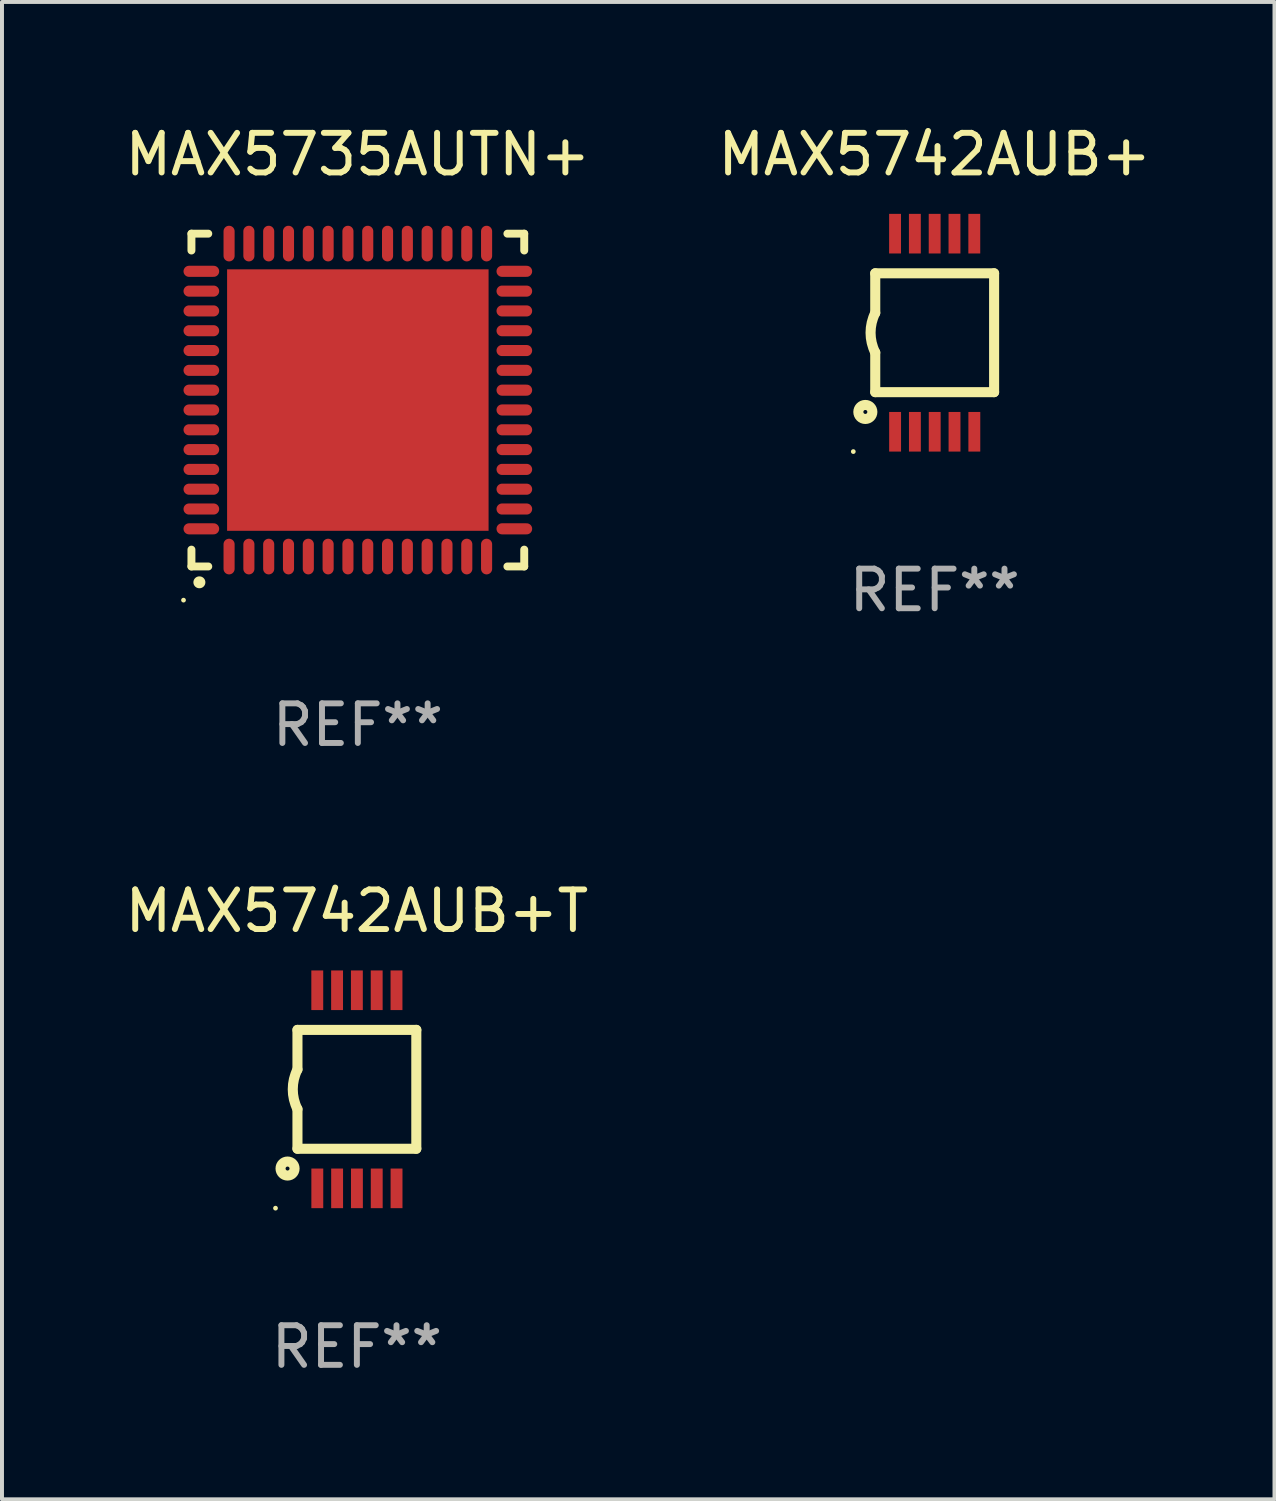
<source format=kicad_pcb>
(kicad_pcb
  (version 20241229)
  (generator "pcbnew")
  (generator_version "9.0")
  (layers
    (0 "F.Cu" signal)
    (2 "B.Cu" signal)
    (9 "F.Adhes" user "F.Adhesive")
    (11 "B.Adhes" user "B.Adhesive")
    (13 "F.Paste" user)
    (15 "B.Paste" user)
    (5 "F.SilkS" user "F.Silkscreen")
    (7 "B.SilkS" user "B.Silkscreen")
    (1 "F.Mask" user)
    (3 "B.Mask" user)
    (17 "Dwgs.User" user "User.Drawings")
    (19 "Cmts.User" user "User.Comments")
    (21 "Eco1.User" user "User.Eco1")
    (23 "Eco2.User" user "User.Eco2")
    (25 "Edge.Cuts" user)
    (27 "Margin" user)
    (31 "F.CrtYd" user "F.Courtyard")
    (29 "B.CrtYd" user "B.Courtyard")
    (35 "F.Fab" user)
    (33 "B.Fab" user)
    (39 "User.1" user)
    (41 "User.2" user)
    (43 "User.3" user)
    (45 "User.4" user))
  (footprint "MAX5742AUB+T"
    (layer "F.Cu")
    (at 5.958 24.445)
    (property "Reference" "MAX5742AUB+T" (at 0 -4.5 0) (layer "F.SilkS") (effects (font (size 1 1) (thickness 0.15))))
    (attr through_hole)
    (fp_line (start -1.5 -1.5) (end -1.5 -0.5) (stroke (width 0.254) (type solid)) (layer "F.SilkS"))
    (fp_line (start -1.5 1.5) (end -1.5 0.5) (stroke (width 0.254) (type solid)) (layer "F.SilkS"))
    (fp_line (start -1.5 1.5) (end 1.5 1.5) (stroke (width 0.254) (type solid)) (layer "F.SilkS"))
    (fp_line (start 1.5 1.5) (end 1.5 -1.5) (stroke (width 0.254) (type solid)) (layer "F.SilkS"))
    (fp_line (start 1.5 -1.5) (end -1.5 -1.5) (stroke (width 0.254) (type solid)) (layer "F.SilkS"))
    (fp_arc (start -1.500165 0.499873) (mid -1.618199 -0.000127) (end -1.500165 -0.500127) (stroke (width 0.254001) (type solid)) (layer "F.SilkS"))
    (fp_circle (center -2.054 3) (end -2.024 3) (stroke (width 0.06) (type solid)) (fill no) (layer "F.SilkS"))
    (fp_circle (center -1.75 2) (end -1.573 2) (stroke (width 0.254) (type solid)) (fill no) (layer "F.SilkS"))
    (fp_text user "REF**" (at 0 6.5 0) (layer "F.Fab") (effects (font (size 1 1) (thickness 0.15))))
    (pad "1" smd rect (at -0.999 2.5 180) (size 0.3 1) (layers "F.Cu" "F.Mask" "F.Paste"))
    (pad "2" smd rect (at -0.499 2.5 180) (size 0.3 1) (layers "F.Cu" "F.Mask" "F.Paste"))
    (pad "3" smd rect (at 0.001 2.5 180) (size 0.3 1) (layers "F.Cu" "F.Mask" "F.Paste"))
    (pad "4" smd rect (at 0.501 2.5 180) (size 0.3 1) (layers "F.Cu" "F.Mask" "F.Paste"))
    (pad "5" smd rect (at 1.001 2.5 180) (size 0.3 1) (layers "F.Cu" "F.Mask" "F.Paste"))
    (pad "6" smd rect (at 1 -2.5 180) (size 0.3 1) (layers "F.Cu" "F.Mask" "F.Paste"))
    (pad "7" smd rect (at 0.5 -2.5 180) (size 0.3 1) (layers "F.Cu" "F.Mask" "F.Paste"))
    (pad "8" smd rect (at -0.000165 -2.5 180) (size 0.3 1) (layers "F.Cu" "F.Mask" "F.Paste"))
    (pad "9" smd rect (at -0.5 -2.5 180) (size 0.3 1) (layers "F.Cu" "F.Mask" "F.Paste"))
    (pad "10" smd rect (at -1 -2.5 180) (size 0.3 1) (layers "F.Cu" "F.Mask" "F.Paste")))
  (footprint "MAX5735AUTN+"
    (layer "F.Cu")
    (at 5.982 7.048)
    (property "Reference" "MAX5735AUTN+" (at 0 -6.2 0) (layer "F.SilkS") (effects (font (size 1 1) (thickness 0.15))))
    (attr through_hole)
    (fp_line (start -4.2 -4.2) (end -4.2 -3.775) (stroke (width 0.2) (type solid)) (layer "F.SilkS"))
    (fp_line (start -4.2 4.2) (end -4.2 3.775) (stroke (width 0.2) (type solid)) (layer "F.SilkS"))
    (fp_line (start -3.775 -4.2) (end -4.2 -4.2) (stroke (width 0.2) (type solid)) (layer "F.SilkS"))
    (fp_line (start -3.775 4.2) (end -4.2 4.2) (stroke (width 0.2) (type solid)) (layer "F.SilkS"))
    (fp_line (start 3.775 4.2) (end 4.2 4.2) (stroke (width 0.2) (type solid)) (layer "F.SilkS"))
    (fp_line (start 4.2 -4.2) (end 3.775 -4.2) (stroke (width 0.2) (type solid)) (layer "F.SilkS"))
    (fp_line (start 4.2 -3.775) (end 4.2 -4.2) (stroke (width 0.2) (type solid)) (layer "F.SilkS"))
    (fp_line (start 4.2 4.2) (end 4.2 3.775) (stroke (width 0.2) (type solid)) (layer "F.SilkS"))
    (fp_arc (start -4.000508 4.599949) (mid -3.999238 4.599944) (end -3.997968 4.599949) (stroke (width 0.3) (type solid)) (layer "F.SilkS"))
    (fp_circle (center -4.4 5.05) (end -4.37 5.05) (stroke (width 0.06) (type solid)) (fill no) (layer "F.SilkS"))
    (fp_text user "REF**" (at 0 8.2 0) (layer "F.Fab") (effects (font (size 1 1) (thickness 0.15))))
    (pad "1" smd oval (at -3.25 3.95 180) (size 0.28 0.9) (layers "F.Cu" "F.Mask" "F.Paste"))
    (pad "2" smd oval (at -2.75 3.95 180) (size 0.28 0.9) (layers "F.Cu" "F.Mask" "F.Paste"))
    (pad "3" smd oval (at -2.25 3.95 180) (size 0.28 0.9) (layers "F.Cu" "F.Mask" "F.Paste"))
    (pad "4" smd oval (at -1.75 3.95 180) (size 0.28 0.9) (layers "F.Cu" "F.Mask" "F.Paste"))
    (pad "5" smd oval (at -1.25 3.95 180) (size 0.28 0.9) (layers "F.Cu" "F.Mask" "F.Paste"))
    (pad "6" smd oval (at -0.75 3.95 180) (size 0.28 0.9) (layers "F.Cu" "F.Mask" "F.Paste"))
    (pad "7" smd oval (at -0.25 3.95 180) (size 0.28 0.9) (layers "F.Cu" "F.Mask" "F.Paste"))
    (pad "8" smd oval (at 0.25 3.95 180) (size 0.28 0.9) (layers "F.Cu" "F.Mask" "F.Paste"))
    (pad "9" smd oval (at 0.75 3.95 180) (size 0.28 0.9) (layers "F.Cu" "F.Mask" "F.Paste"))
    (pad "10" smd oval (at 1.25 3.95 180) (size 0.28 0.9) (layers "F.Cu" "F.Mask" "F.Paste"))
    (pad "11" smd oval (at 1.75 3.95 180) (size 0.28 0.9) (layers "F.Cu" "F.Mask" "F.Paste"))
    (pad "12" smd oval (at 2.25 3.95 180) (size 0.28 0.9) (layers "F.Cu" "F.Mask" "F.Paste"))
    (pad "13" smd oval (at 2.75 3.95 180) (size 0.28 0.9) (layers "F.Cu" "F.Mask" "F.Paste"))
    (pad "14" smd oval (at 3.25 3.95 180) (size 0.28 0.9) (layers "F.Cu" "F.Mask" "F.Paste"))
    (pad "15" smd oval (at 3.95 3.25 90) (size 0.28 0.9) (layers "F.Cu" "F.Mask" "F.Paste"))
    (pad "16" smd oval (at 3.95 2.75 90) (size 0.28 0.9) (layers "F.Cu" "F.Mask" "F.Paste"))
    (pad "17" smd oval (at 3.95 2.25 90) (size 0.28 0.9) (layers "F.Cu" "F.Mask" "F.Paste"))
    (pad "18" smd oval (at 3.95 1.75 90) (size 0.28 0.9) (layers "F.Cu" "F.Mask" "F.Paste"))
    (pad "19" smd oval (at 3.95 1.25 90) (size 0.28 0.9) (layers "F.Cu" "F.Mask" "F.Paste"))
    (pad "20" smd oval (at 3.95 0.75 90) (size 0.28 0.9) (layers "F.Cu" "F.Mask" "F.Paste"))
    (pad "21" smd oval (at 3.95 0.25 90) (size 0.28 0.9) (layers "F.Cu" "F.Mask" "F.Paste"))
    (pad "22" smd oval (at 3.95 -0.25 90) (size 0.28 0.9) (layers "F.Cu" "F.Mask" "F.Paste"))
    (pad "23" smd oval (at 3.95 -0.75 90) (size 0.28 0.9) (layers "F.Cu" "F.Mask" "F.Paste"))
    (pad "24" smd oval (at 3.95 -1.25 90) (size 0.28 0.9) (layers "F.Cu" "F.Mask" "F.Paste"))
    (pad "25" smd oval (at 3.95 -1.75 90) (size 0.28 0.9) (layers "F.Cu" "F.Mask" "F.Paste"))
    (pad "26" smd oval (at 3.95 -2.25 90) (size 0.28 0.9) (layers "F.Cu" "F.Mask" "F.Paste"))
    (pad "27" smd oval (at 3.95 -2.75 90) (size 0.28 0.9) (layers "F.Cu" "F.Mask" "F.Paste"))
    (pad "28" smd oval (at 3.95 -3.25 90) (size 0.28 0.9) (layers "F.Cu" "F.Mask" "F.Paste"))
    (pad "29" smd oval (at 3.25 -3.95 180) (size 0.28 0.9) (layers "F.Cu" "F.Mask" "F.Paste"))
    (pad "30" smd oval (at 2.75 -3.95 180) (size 0.28 0.9) (layers "F.Cu" "F.Mask" "F.Paste"))
    (pad "31" smd oval (at 2.25 -3.95 180) (size 0.28 0.9) (layers "F.Cu" "F.Mask" "F.Paste"))
    (pad "32" smd oval (at 1.75 -3.95 180) (size 0.28 0.9) (layers "F.Cu" "F.Mask" "F.Paste"))
    (pad "33" smd oval (at 1.25 -3.95 180) (size 0.28 0.9) (layers "F.Cu" "F.Mask" "F.Paste"))
    (pad "34" smd oval (at 0.75 -3.95 180) (size 0.28 0.9) (layers "F.Cu" "F.Mask" "F.Paste"))
    (pad "35" smd oval (at 0.25 -3.95 180) (size 0.28 0.9) (layers "F.Cu" "F.Mask" "F.Paste"))
    (pad "36" smd oval (at -0.25 -3.95 180) (size 0.28 0.9) (layers "F.Cu" "F.Mask" "F.Paste"))
    (pad "37" smd oval (at -0.75 -3.95 180) (size 0.28 0.9) (layers "F.Cu" "F.Mask" "F.Paste"))
    (pad "38" smd oval (at -1.25 -3.95 180) (size 0.28 0.9) (layers "F.Cu" "F.Mask" "F.Paste"))
    (pad "39" smd oval (at -1.75 -3.95 180) (size 0.28 0.9) (layers "F.Cu" "F.Mask" "F.Paste"))
    (pad "40" smd oval (at -2.25 -3.95 180) (size 0.28 0.9) (layers "F.Cu" "F.Mask" "F.Paste"))
    (pad "41" smd oval (at -2.75 -3.95 180) (size 0.28 0.9) (layers "F.Cu" "F.Mask" "F.Paste"))
    (pad "42" smd oval (at -3.25 -3.95 180) (size 0.28 0.9) (layers "F.Cu" "F.Mask" "F.Paste"))
    (pad "43" smd oval (at -3.95 -3.25 90) (size 0.28 0.9) (layers "F.Cu" "F.Mask" "F.Paste"))
    (pad "44" smd oval (at -3.95 -2.75 90) (size 0.28 0.9) (layers "F.Cu" "F.Mask" "F.Paste"))
    (pad "45" smd oval (at -3.95 -2.25 90) (size 0.28 0.9) (layers "F.Cu" "F.Mask" "F.Paste"))
    (pad "46" smd oval (at -3.95 -1.75 90) (size 0.28 0.9) (layers "F.Cu" "F.Mask" "F.Paste"))
    (pad "47" smd oval (at -3.95 -1.25 90) (size 0.28 0.9) (layers "F.Cu" "F.Mask" "F.Paste"))
    (pad "48" smd oval (at -3.95 -0.75 90) (size 0.28 0.9) (layers "F.Cu" "F.Mask" "F.Paste"))
    (pad "49" smd oval (at -3.95 -0.25 90) (size 0.28 0.9) (layers "F.Cu" "F.Mask" "F.Paste"))
    (pad "50" smd oval (at -3.95 0.25 90) (size 0.28 0.9) (layers "F.Cu" "F.Mask" "F.Paste"))
    (pad "51" smd oval (at -3.95 0.75 90) (size 0.28 0.9) (layers "F.Cu" "F.Mask" "F.Paste"))
    (pad "52" smd oval (at -3.95 1.25 90) (size 0.28 0.9) (layers "F.Cu" "F.Mask" "F.Paste"))
    (pad "53" smd oval (at -3.95 1.75 90) (size 0.28 0.9) (layers "F.Cu" "F.Mask" "F.Paste"))
    (pad "54" smd oval (at -3.95 2.25 90) (size 0.28 0.9) (layers "F.Cu" "F.Mask" "F.Paste"))
    (pad "55" smd oval (at -3.95 2.75 90) (size 0.28 0.9) (layers "F.Cu" "F.Mask" "F.Paste"))
    (pad "56" smd oval (at -3.95 3.25 90) (size 0.28 0.9) (layers "F.Cu" "F.Mask" "F.Paste"))
    (pad "57" smd rect (at 0 0 90) (size 6.6 6.6) (layers "F.Cu" "F.Mask" "F.Paste")))
  (footprint "MAX5742AUB+"
    (layer "F.Cu")
    (at 20.542 5.348)
    (property "Reference" "MAX5742AUB+" (at 0 -4.5 0) (layer "F.SilkS") (effects (font (size 1 1) (thickness 0.15))))
    (attr through_hole)
    (fp_line (start -1.5 -1.5) (end -1.5 -0.5) (stroke (width 0.254) (type solid)) (layer "F.SilkS"))
    (fp_line (start -1.5 1.5) (end -1.5 0.5) (stroke (width 0.254) (type solid)) (layer "F.SilkS"))
    (fp_line (start -1.5 1.5) (end 1.5 1.5) (stroke (width 0.254) (type solid)) (layer "F.SilkS"))
    (fp_line (start 1.5 1.5) (end 1.5 -1.5) (stroke (width 0.254) (type solid)) (layer "F.SilkS"))
    (fp_line (start 1.5 -1.5) (end -1.5 -1.5) (stroke (width 0.254) (type solid)) (layer "F.SilkS"))
    (fp_arc (start -1.500165 0.499873) (mid -1.618199 -0.000127) (end -1.500165 -0.500127) (stroke (width 0.254001) (type solid)) (layer "F.SilkS"))
    (fp_circle (center -2.054 3) (end -2.024 3) (stroke (width 0.06) (type solid)) (fill no) (layer "F.SilkS"))
    (fp_circle (center -1.75 2) (end -1.573 2) (stroke (width 0.254) (type solid)) (fill no) (layer "F.SilkS"))
    (fp_text user "REF**" (at 0 6.5 0) (layer "F.Fab") (effects (font (size 1 1) (thickness 0.15))))
    (pad "1" smd rect (at -0.999 2.5 180) (size 0.3 1) (layers "F.Cu" "F.Mask" "F.Paste"))
    (pad "2" smd rect (at -0.499 2.5 180) (size 0.3 1) (layers "F.Cu" "F.Mask" "F.Paste"))
    (pad "3" smd rect (at 0.001 2.5 180) (size 0.3 1) (layers "F.Cu" "F.Mask" "F.Paste"))
    (pad "4" smd rect (at 0.501 2.5 180) (size 0.3 1) (layers "F.Cu" "F.Mask" "F.Paste"))
    (pad "5" smd rect (at 1.001 2.5 180) (size 0.3 1) (layers "F.Cu" "F.Mask" "F.Paste"))
    (pad "6" smd rect (at 1 -2.5 180) (size 0.3 1) (layers "F.Cu" "F.Mask" "F.Paste"))
    (pad "7" smd rect (at 0.5 -2.5 180) (size 0.3 1) (layers "F.Cu" "F.Mask" "F.Paste"))
    (pad "8" smd rect (at -0.000165 -2.5 180) (size 0.3 1) (layers "F.Cu" "F.Mask" "F.Paste"))
    (pad "9" smd rect (at -0.5 -2.5 180) (size 0.3 1) (layers "F.Cu" "F.Mask" "F.Paste"))
    (pad "10" smd rect (at -1 -2.5 180) (size 0.3 1) (layers "F.Cu" "F.Mask" "F.Paste")))
  (gr_rect
    (start -3 -3)
    (end 29.119 34.793)
    (stroke (width 0.1) (type default))
    (fill no)
    (layer "Edge.Cuts")))
</source>
